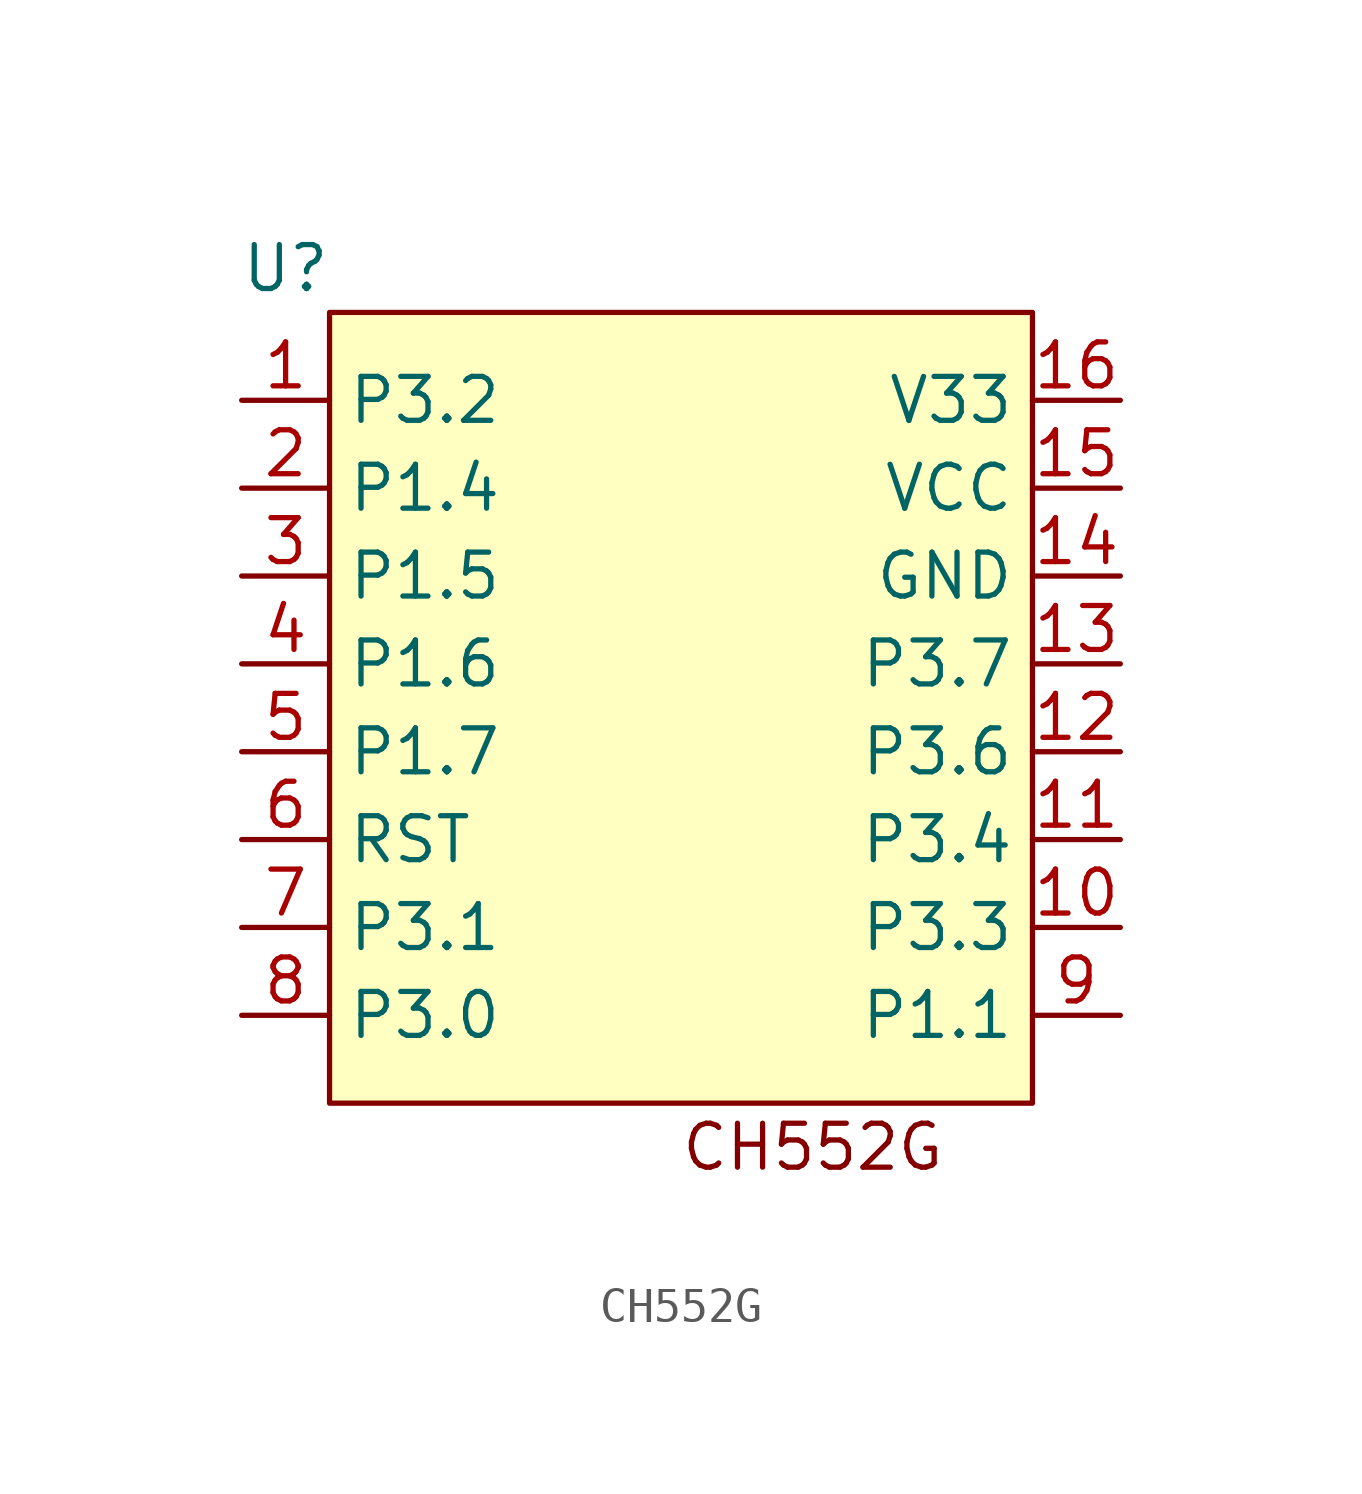
<source format=kicad_sym>
(kicad_symbol_lib
  (version 20220914)
  (generator kicad_symbol_editor)
  (symbol "CH552G"
    (property "Reference" "U"
      (at -11.43 12.7 0)
      (effects (font (size 1.27 1.27))))
    (property "Value" ""
      (at 7.62 -3.81 0)
      (effects (font (size 1.27 1.27))))
    (symbol "CH552G_1_1"
      (rectangle (start -10.16 11.43) (end 10.16 -11.43) (stroke (width 0) (type default)) (fill (type background)))
      (text "CH552G" (at 3.81 -12.7 0) (effects (font (size 1.27 1.27))))
      (pin bidirectional line (at -12.7 8.89 0) (length 2.54) (name "P3.2" (effects (font (size 1.27 1.27)))) (number "1" (effects (font (size 1.27 1.27)))))
      (pin bidirectional line (at 12.7 -6.35 180) (length 2.54) (name "P3.3" (effects (font (size 1.27 1.27)))) (number "10" (effects (font (size 1.27 1.27)))))
      (pin bidirectional line (at 12.7 -3.81 180) (length 2.54) (name "P3.4" (effects (font (size 1.27 1.27)))) (number "11" (effects (font (size 1.27 1.27)))))
      (pin bidirectional line (at 12.7 -1.27 180) (length 2.54) (name "P3.6" (effects (font (size 1.27 1.27)))) (number "12" (effects (font (size 1.27 1.27)))) (alternate "USB_D+" bidirectional line))
      (pin bidirectional line (at 12.7 1.27 180) (length 2.54) (name "P3.7" (effects (font (size 1.27 1.27)))) (number "13" (effects (font (size 1.27 1.27)))) (alternate "USB_D-" bidirectional line))
      (pin power_in line (at 12.7 3.81 180) (length 2.54) (name "GND" (effects (font (size 1.27 1.27)))) (number "14" (effects (font (size 1.27 1.27)))))
      (pin power_in line (at 12.7 6.35 180) (length 2.54) (name "VCC" (effects (font (size 1.27 1.27)))) (number "15" (effects (font (size 1.27 1.27)))))
      (pin power_out line (at 12.7 8.89 180) (length 2.54) (name "V33" (effects (font (size 1.27 1.27)))) (number "16" (effects (font (size 1.27 1.27)))))
      (pin bidirectional line (at -12.7 6.35 0) (length 2.54) (name "P1.4" (effects (font (size 1.27 1.27)))) (number "2" (effects (font (size 1.27 1.27)))))
      (pin bidirectional line (at -12.7 3.81 0) (length 2.54) (name "P1.5" (effects (font (size 1.27 1.27)))) (number "3" (effects (font (size 1.27 1.27)))))
      (pin bidirectional line (at -12.7 1.27 0) (length 2.54) (name "P1.6" (effects (font (size 1.27 1.27)))) (number "4" (effects (font (size 1.27 1.27)))))
      (pin bidirectional line (at -12.7 -1.27 0) (length 2.54) (name "P1.7" (effects (font (size 1.27 1.27)))) (number "5" (effects (font (size 1.27 1.27)))))
      (pin bidirectional line (at -12.7 -3.81 0) (length 2.54) (name "RST" (effects (font (size 1.27 1.27)))) (number "6" (effects (font (size 1.27 1.27)))))
      (pin bidirectional line (at -12.7 -6.35 0) (length 2.54) (name "P3.1" (effects (font (size 1.27 1.27)))) (number "7" (effects (font (size 1.27 1.27)))))
      (pin bidirectional line (at -12.7 -8.89 0) (length 2.54) (name "P3.0" (effects (font (size 1.27 1.27)))) (number "8" (effects (font (size 1.27 1.27)))))
      (pin bidirectional line (at 12.7 -8.89 180) (length 2.54) (name "P1.1" (effects (font (size 1.27 1.27)))) (number "9" (effects (font (size 1.27 1.27))))))))
</source>
